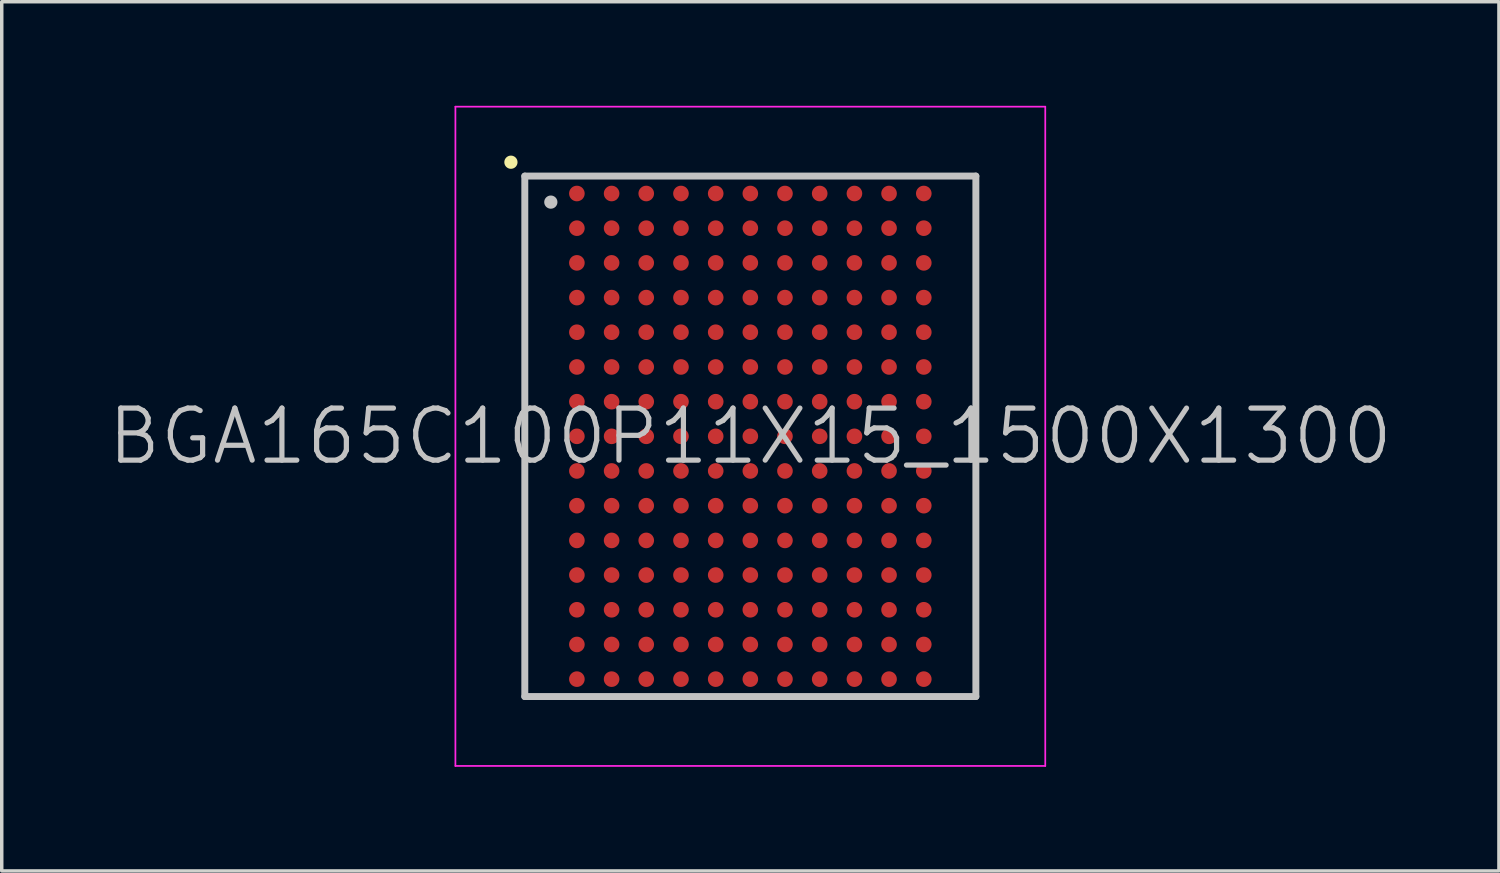
<source format=kicad_pcb>
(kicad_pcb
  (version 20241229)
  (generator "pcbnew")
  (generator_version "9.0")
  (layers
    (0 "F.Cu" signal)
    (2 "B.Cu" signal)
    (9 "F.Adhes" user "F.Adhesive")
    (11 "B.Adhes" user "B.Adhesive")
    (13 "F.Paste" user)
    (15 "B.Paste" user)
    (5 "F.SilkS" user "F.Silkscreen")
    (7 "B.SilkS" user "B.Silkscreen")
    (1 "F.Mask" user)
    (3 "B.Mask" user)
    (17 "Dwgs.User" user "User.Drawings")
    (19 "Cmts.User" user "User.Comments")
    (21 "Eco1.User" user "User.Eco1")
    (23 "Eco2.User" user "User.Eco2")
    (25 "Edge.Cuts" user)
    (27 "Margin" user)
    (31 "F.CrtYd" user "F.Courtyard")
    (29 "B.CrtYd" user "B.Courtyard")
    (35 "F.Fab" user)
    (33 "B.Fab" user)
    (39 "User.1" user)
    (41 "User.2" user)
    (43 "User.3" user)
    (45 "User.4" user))
  (footprint "BGA165C100P11X15_1500X1300"
    (layer "F.Cu")
    (at 18.575 9.525)
    (property "Reference" "BGA165C100P11X15_1500X1300" (at 0 0 0) (layer "Dwgs.User") (effects (font (size 1.5 1.5) (thickness 0.15))))
    (attr smd)
    (fp_line (start -6.9 -7.9) (end -6.9 -7.9) (stroke (width 0.381) (type solid)) (layer "F.SilkS"))
    (fp_line (start -6.5 -7.5) (end -6.5 7.5) (stroke (width 0.2) (type solid)) (layer "Dwgs.User"))
    (fp_line (start -6.5 -7.5) (end 6.5 -7.5) (stroke (width 0.2) (type solid)) (layer "Dwgs.User"))
    (fp_line (start -6.5 7.5) (end 6.5 7.5) (stroke (width 0.2) (type solid)) (layer "Dwgs.User"))
    (fp_line (start -5.75 -6.75) (end -5.75 -6.75) (stroke (width 0.381) (type solid)) (layer "Dwgs.User"))
    (fp_line (start 6.5 -7.5) (end 6.5 7.5) (stroke (width 0.2) (type solid)) (layer "Dwgs.User"))
    (fp_line (start -8.5 -9.5) (end -8.5 9.5) (stroke (width 0.05) (type solid)) (layer "F.CrtYd"))
    (fp_line (start -8.5 -9.5) (end 8.5 -9.5) (stroke (width 0.05) (type solid)) (layer "F.CrtYd"))
    (fp_line (start -8.5 9.5) (end 8.5 9.5) (stroke (width 0.05) (type solid)) (layer "F.CrtYd"))
    (fp_line (start 8.5 -9.5) (end 8.5 9.5) (stroke (width 0.05) (type solid)) (layer "F.CrtYd"))
    (pad "A1" smd circle (at -4.999 -6.998 270) (size 0.45 0.45) (layers "F.Cu" "F.Mask" "F.Paste"))
    (pad "A2" smd circle (at -3.998 -6.998 270) (size 0.45 0.45) (layers "F.Cu" "F.Mask" "F.Paste"))
    (pad "A3" smd circle (at -3 -6.998 270) (size 0.45 0.45) (layers "F.Cu" "F.Mask" "F.Paste"))
    (pad "A4" smd circle (at -1.999 -6.998 270) (size 0.45 0.45) (layers "F.Cu" "F.Mask" "F.Paste"))
    (pad "A5" smd circle (at -0.998 -6.998 270) (size 0.45 0.45) (layers "F.Cu" "F.Mask" "F.Paste"))
    (pad "A6" smd circle (at 0 -6.998 270) (size 0.45 0.45) (layers "F.Cu" "F.Mask" "F.Paste"))
    (pad "A7" smd circle (at 0.998 -6.998 270) (size 0.45 0.45) (layers "F.Cu" "F.Mask" "F.Paste"))
    (pad "A8" smd circle (at 1.999 -6.998 270) (size 0.45 0.45) (layers "F.Cu" "F.Mask" "F.Paste"))
    (pad "A9" smd circle (at 3 -6.998 270) (size 0.45 0.45) (layers "F.Cu" "F.Mask" "F.Paste"))
    (pad "A10" smd circle (at 3.998 -6.998 270) (size 0.45 0.45) (layers "F.Cu" "F.Mask" "F.Paste"))
    (pad "A11" smd circle (at 4.999 -6.998 270) (size 0.45 0.45) (layers "F.Cu" "F.Mask" "F.Paste"))
    (pad "B1" smd circle (at -4.999 -5.999 270) (size 0.45 0.45) (layers "F.Cu" "F.Mask" "F.Paste"))
    (pad "B2" smd circle (at -3.998 -5.999 270) (size 0.45 0.45) (layers "F.Cu" "F.Mask" "F.Paste"))
    (pad "B3" smd circle (at -3 -5.999 270) (size 0.45 0.45) (layers "F.Cu" "F.Mask" "F.Paste"))
    (pad "B4" smd circle (at -1.999 -5.999 270) (size 0.45 0.45) (layers "F.Cu" "F.Mask" "F.Paste"))
    (pad "B5" smd circle (at -0.998 -5.999 270) (size 0.45 0.45) (layers "F.Cu" "F.Mask" "F.Paste"))
    (pad "B6" smd circle (at 0 -5.999 270) (size 0.45 0.45) (layers "F.Cu" "F.Mask" "F.Paste"))
    (pad "B7" smd circle (at 0.998 -5.999 270) (size 0.45 0.45) (layers "F.Cu" "F.Mask" "F.Paste"))
    (pad "B8" smd circle (at 1.999 -5.999 270) (size 0.45 0.45) (layers "F.Cu" "F.Mask" "F.Paste"))
    (pad "B9" smd circle (at 3 -5.999 270) (size 0.45 0.45) (layers "F.Cu" "F.Mask" "F.Paste"))
    (pad "B10" smd circle (at 3.998 -5.999 270) (size 0.45 0.45) (layers "F.Cu" "F.Mask" "F.Paste"))
    (pad "B11" smd circle (at 4.999 -5.999 270) (size 0.45 0.45) (layers "F.Cu" "F.Mask" "F.Paste"))
    (pad "C1" smd circle (at -4.999 -4.999 270) (size 0.45 0.45) (layers "F.Cu" "F.Mask" "F.Paste"))
    (pad "C2" smd circle (at -3.998 -4.999 270) (size 0.45 0.45) (layers "F.Cu" "F.Mask" "F.Paste"))
    (pad "C3" smd circle (at -3 -4.999 270) (size 0.45 0.45) (layers "F.Cu" "F.Mask" "F.Paste"))
    (pad "C4" smd circle (at -1.999 -4.999 270) (size 0.45 0.45) (layers "F.Cu" "F.Mask" "F.Paste"))
    (pad "C5" smd circle (at -0.998 -4.999 270) (size 0.45 0.45) (layers "F.Cu" "F.Mask" "F.Paste"))
    (pad "C6" smd circle (at 0 -4.999 270) (size 0.45 0.45) (layers "F.Cu" "F.Mask" "F.Paste"))
    (pad "C7" smd circle (at 0.998 -4.999 270) (size 0.45 0.45) (layers "F.Cu" "F.Mask" "F.Paste"))
    (pad "C8" smd circle (at 1.999 -4.999 270) (size 0.45 0.45) (layers "F.Cu" "F.Mask" "F.Paste"))
    (pad "C9" smd circle (at 3 -4.999 270) (size 0.45 0.45) (layers "F.Cu" "F.Mask" "F.Paste"))
    (pad "C10" smd circle (at 3.998 -4.999 270) (size 0.45 0.45) (layers "F.Cu" "F.Mask" "F.Paste"))
    (pad "C11" smd circle (at 4.999 -4.999 270) (size 0.45 0.45) (layers "F.Cu" "F.Mask" "F.Paste"))
    (pad "D1" smd circle (at -4.999 -3.998 270) (size 0.45 0.45) (layers "F.Cu" "F.Mask" "F.Paste"))
    (pad "D2" smd circle (at -3.998 -3.998 270) (size 0.45 0.45) (layers "F.Cu" "F.Mask" "F.Paste"))
    (pad "D3" smd circle (at -3 -3.998 270) (size 0.45 0.45) (layers "F.Cu" "F.Mask" "F.Paste"))
    (pad "D4" smd circle (at -1.999 -3.998 270) (size 0.45 0.45) (layers "F.Cu" "F.Mask" "F.Paste"))
    (pad "D5" smd circle (at -0.998 -3.998 270) (size 0.45 0.45) (layers "F.Cu" "F.Mask" "F.Paste"))
    (pad "D6" smd circle (at 0 -3.998 270) (size 0.45 0.45) (layers "F.Cu" "F.Mask" "F.Paste"))
    (pad "D7" smd circle (at 0.998 -3.998 270) (size 0.45 0.45) (layers "F.Cu" "F.Mask" "F.Paste"))
    (pad "D8" smd circle (at 1.999 -3.998 270) (size 0.45 0.45) (layers "F.Cu" "F.Mask" "F.Paste"))
    (pad "D9" smd circle (at 3 -3.998 270) (size 0.45 0.45) (layers "F.Cu" "F.Mask" "F.Paste"))
    (pad "D10" smd circle (at 3.998 -3.998 270) (size 0.45 0.45) (layers "F.Cu" "F.Mask" "F.Paste"))
    (pad "D11" smd circle (at 4.999 -3.998 270) (size 0.45 0.45) (layers "F.Cu" "F.Mask" "F.Paste"))
    (pad "E1" smd circle (at -4.999 -3 270) (size 0.45 0.45) (layers "F.Cu" "F.Mask" "F.Paste"))
    (pad "E2" smd circle (at -3.998 -3 270) (size 0.45 0.45) (layers "F.Cu" "F.Mask" "F.Paste"))
    (pad "E3" smd circle (at -3 -3 270) (size 0.45 0.45) (layers "F.Cu" "F.Mask" "F.Paste"))
    (pad "E4" smd circle (at -1.999 -3 270) (size 0.45 0.45) (layers "F.Cu" "F.Mask" "F.Paste"))
    (pad "E5" smd circle (at -0.998 -3 270) (size 0.45 0.45) (layers "F.Cu" "F.Mask" "F.Paste"))
    (pad "E6" smd circle (at 0 -3 270) (size 0.45 0.45) (layers "F.Cu" "F.Mask" "F.Paste"))
    (pad "E7" smd circle (at 0.998 -3 270) (size 0.45 0.45) (layers "F.Cu" "F.Mask" "F.Paste"))
    (pad "E8" smd circle (at 1.999 -3 270) (size 0.45 0.45) (layers "F.Cu" "F.Mask" "F.Paste"))
    (pad "E9" smd circle (at 3 -3 270) (size 0.45 0.45) (layers "F.Cu" "F.Mask" "F.Paste"))
    (pad "E10" smd circle (at 3.998 -3 270) (size 0.45 0.45) (layers "F.Cu" "F.Mask" "F.Paste"))
    (pad "E11" smd circle (at 4.999 -3 270) (size 0.45 0.45) (layers "F.Cu" "F.Mask" "F.Paste"))
    (pad "F1" smd circle (at -4.999 -1.999 270) (size 0.45 0.45) (layers "F.Cu" "F.Mask" "F.Paste"))
    (pad "F2" smd circle (at -3.998 -1.999 270) (size 0.45 0.45) (layers "F.Cu" "F.Mask" "F.Paste"))
    (pad "F3" smd circle (at -3 -1.999 270) (size 0.45 0.45) (layers "F.Cu" "F.Mask" "F.Paste"))
    (pad "F4" smd circle (at -1.999 -1.999 270) (size 0.45 0.45) (layers "F.Cu" "F.Mask" "F.Paste"))
    (pad "F5" smd circle (at -0.998 -1.999 270) (size 0.45 0.45) (layers "F.Cu" "F.Mask" "F.Paste"))
    (pad "F6" smd circle (at 0 -1.999 270) (size 0.45 0.45) (layers "F.Cu" "F.Mask" "F.Paste"))
    (pad "F7" smd circle (at 0.998 -1.999 270) (size 0.45 0.45) (layers "F.Cu" "F.Mask" "F.Paste"))
    (pad "F8" smd circle (at 1.999 -1.999 270) (size 0.45 0.45) (layers "F.Cu" "F.Mask" "F.Paste"))
    (pad "F9" smd circle (at 3 -1.999 270) (size 0.45 0.45) (layers "F.Cu" "F.Mask" "F.Paste"))
    (pad "F10" smd circle (at 3.998 -1.999 270) (size 0.45 0.45) (layers "F.Cu" "F.Mask" "F.Paste"))
    (pad "F11" smd circle (at 4.999 -1.999 270) (size 0.45 0.45) (layers "F.Cu" "F.Mask" "F.Paste"))
    (pad "G1" smd circle (at -4.999 -0.998 270) (size 0.45 0.45) (layers "F.Cu" "F.Mask" "F.Paste"))
    (pad "G2" smd circle (at -3.998 -0.998 270) (size 0.45 0.45) (layers "F.Cu" "F.Mask" "F.Paste"))
    (pad "G3" smd circle (at -3 -0.998 270) (size 0.45 0.45) (layers "F.Cu" "F.Mask" "F.Paste"))
    (pad "G4" smd circle (at -1.999 -0.998 270) (size 0.45 0.45) (layers "F.Cu" "F.Mask" "F.Paste"))
    (pad "G5" smd circle (at -0.998 -0.998 270) (size 0.45 0.45) (layers "F.Cu" "F.Mask" "F.Paste"))
    (pad "G6" smd circle (at 0 -0.998 270) (size 0.45 0.45) (layers "F.Cu" "F.Mask" "F.Paste"))
    (pad "G7" smd circle (at 0.998 -0.998 270) (size 0.45 0.45) (layers "F.Cu" "F.Mask" "F.Paste"))
    (pad "G8" smd circle (at 1.999 -0.998 270) (size 0.45 0.45) (layers "F.Cu" "F.Mask" "F.Paste"))
    (pad "G9" smd circle (at 3 -0.998 270) (size 0.45 0.45) (layers "F.Cu" "F.Mask" "F.Paste"))
    (pad "G10" smd circle (at 3.998 -0.998 270) (size 0.45 0.45) (layers "F.Cu" "F.Mask" "F.Paste"))
    (pad "G11" smd circle (at 4.999 -0.998 270) (size 0.45 0.45) (layers "F.Cu" "F.Mask" "F.Paste"))
    (pad "H1" smd circle (at -4.999 0 270) (size 0.45 0.45) (layers "F.Cu" "F.Mask" "F.Paste"))
    (pad "H2" smd circle (at -3.998 0 270) (size 0.45 0.45) (layers "F.Cu" "F.Mask" "F.Paste"))
    (pad "H3" smd circle (at -3 0 270) (size 0.45 0.45) (layers "F.Cu" "F.Mask" "F.Paste"))
    (pad "H4" smd circle (at -1.999 0 270) (size 0.45 0.45) (layers "F.Cu" "F.Mask" "F.Paste"))
    (pad "H5" smd circle (at -0.998 0 270) (size 0.45 0.45) (layers "F.Cu" "F.Mask" "F.Paste"))
    (pad "H6" smd circle (at 0 0 270) (size 0.45 0.45) (layers "F.Cu" "F.Mask" "F.Paste"))
    (pad "H7" smd circle (at 0.998 0 270) (size 0.45 0.45) (layers "F.Cu" "F.Mask" "F.Paste"))
    (pad "H8" smd circle (at 1.999 0 270) (size 0.45 0.45) (layers "F.Cu" "F.Mask" "F.Paste"))
    (pad "H9" smd circle (at 3 0 270) (size 0.45 0.45) (layers "F.Cu" "F.Mask" "F.Paste"))
    (pad "H10" smd circle (at 3.998 0 270) (size 0.45 0.45) (layers "F.Cu" "F.Mask" "F.Paste"))
    (pad "H11" smd circle (at 4.999 0 270) (size 0.45 0.45) (layers "F.Cu" "F.Mask" "F.Paste"))
    (pad "J1" smd circle (at -4.999 0.998 270) (size 0.45 0.45) (layers "F.Cu" "F.Mask" "F.Paste"))
    (pad "J2" smd circle (at -3.998 0.998 270) (size 0.45 0.45) (layers "F.Cu" "F.Mask" "F.Paste"))
    (pad "J3" smd circle (at -3 0.998 270) (size 0.45 0.45) (layers "F.Cu" "F.Mask" "F.Paste"))
    (pad "J4" smd circle (at -1.999 0.998 270) (size 0.45 0.45) (layers "F.Cu" "F.Mask" "F.Paste"))
    (pad "J5" smd circle (at -0.998 0.998 270) (size 0.45 0.45) (layers "F.Cu" "F.Mask" "F.Paste"))
    (pad "J6" smd circle (at 0 0.998 270) (size 0.45 0.45) (layers "F.Cu" "F.Mask" "F.Paste"))
    (pad "J7" smd circle (at 0.998 0.998 270) (size 0.45 0.45) (layers "F.Cu" "F.Mask" "F.Paste"))
    (pad "J8" smd circle (at 1.999 0.998 270) (size 0.45 0.45) (layers "F.Cu" "F.Mask" "F.Paste"))
    (pad "J9" smd circle (at 3 0.998 270) (size 0.45 0.45) (layers "F.Cu" "F.Mask" "F.Paste"))
    (pad "J10" smd circle (at 3.998 0.998 270) (size 0.45 0.45) (layers "F.Cu" "F.Mask" "F.Paste"))
    (pad "J11" smd circle (at 4.999 0.998 270) (size 0.45 0.45) (layers "F.Cu" "F.Mask" "F.Paste"))
    (pad "K1" smd circle (at -4.999 1.999 270) (size 0.45 0.45) (layers "F.Cu" "F.Mask" "F.Paste"))
    (pad "K2" smd circle (at -3.998 1.999 270) (size 0.45 0.45) (layers "F.Cu" "F.Mask" "F.Paste"))
    (pad "K3" smd circle (at -3 1.999 270) (size 0.45 0.45) (layers "F.Cu" "F.Mask" "F.Paste"))
    (pad "K4" smd circle (at -1.999 1.999 270) (size 0.45 0.45) (layers "F.Cu" "F.Mask" "F.Paste"))
    (pad "K5" smd circle (at -0.998 1.999 270) (size 0.45 0.45) (layers "F.Cu" "F.Mask" "F.Paste"))
    (pad "K6" smd circle (at 0 1.999 270) (size 0.45 0.45) (layers "F.Cu" "F.Mask" "F.Paste"))
    (pad "K7" smd circle (at 0.998 1.999 270) (size 0.45 0.45) (layers "F.Cu" "F.Mask" "F.Paste"))
    (pad "K8" smd circle (at 1.999 1.999 270) (size 0.45 0.45) (layers "F.Cu" "F.Mask" "F.Paste"))
    (pad "K9" smd circle (at 3 1.999 270) (size 0.45 0.45) (layers "F.Cu" "F.Mask" "F.Paste"))
    (pad "K10" smd circle (at 3.998 1.999 270) (size 0.45 0.45) (layers "F.Cu" "F.Mask" "F.Paste"))
    (pad "K11" smd circle (at 4.999 1.999 270) (size 0.45 0.45) (layers "F.Cu" "F.Mask" "F.Paste"))
    (pad "L1" smd circle (at -4.999 3 270) (size 0.45 0.45) (layers "F.Cu" "F.Mask" "F.Paste"))
    (pad "L2" smd circle (at -3.998 3 270) (size 0.45 0.45) (layers "F.Cu" "F.Mask" "F.Paste"))
    (pad "L3" smd circle (at -3 3 270) (size 0.45 0.45) (layers "F.Cu" "F.Mask" "F.Paste"))
    (pad "L4" smd circle (at -1.999 3 270) (size 0.45 0.45) (layers "F.Cu" "F.Mask" "F.Paste"))
    (pad "L5" smd circle (at -0.998 3 270) (size 0.45 0.45) (layers "F.Cu" "F.Mask" "F.Paste"))
    (pad "L6" smd circle (at 0 3 270) (size 0.45 0.45) (layers "F.Cu" "F.Mask" "F.Paste"))
    (pad "L7" smd circle (at 0.998 3 270) (size 0.45 0.45) (layers "F.Cu" "F.Mask" "F.Paste"))
    (pad "L8" smd circle (at 1.999 3 270) (size 0.45 0.45) (layers "F.Cu" "F.Mask" "F.Paste"))
    (pad "L9" smd circle (at 3 3 270) (size 0.45 0.45) (layers "F.Cu" "F.Mask" "F.Paste"))
    (pad "L10" smd circle (at 3.998 3 270) (size 0.45 0.45) (layers "F.Cu" "F.Mask" "F.Paste"))
    (pad "L11" smd circle (at 4.999 3 270) (size 0.45 0.45) (layers "F.Cu" "F.Mask" "F.Paste"))
    (pad "M1" smd circle (at -4.999 3.998 270) (size 0.45 0.45) (layers "F.Cu" "F.Mask" "F.Paste"))
    (pad "M2" smd circle (at -3.998 3.998 270) (size 0.45 0.45) (layers "F.Cu" "F.Mask" "F.Paste"))
    (pad "M3" smd circle (at -3 3.998 270) (size 0.45 0.45) (layers "F.Cu" "F.Mask" "F.Paste"))
    (pad "M4" smd circle (at -1.999 3.998 270) (size 0.45 0.45) (layers "F.Cu" "F.Mask" "F.Paste"))
    (pad "M5" smd circle (at -0.998 3.998 270) (size 0.45 0.45) (layers "F.Cu" "F.Mask" "F.Paste"))
    (pad "M6" smd circle (at 0 3.998 270) (size 0.45 0.45) (layers "F.Cu" "F.Mask" "F.Paste"))
    (pad "M7" smd circle (at 0.998 3.998 270) (size 0.45 0.45) (layers "F.Cu" "F.Mask" "F.Paste"))
    (pad "M8" smd circle (at 1.999 3.998 270) (size 0.45 0.45) (layers "F.Cu" "F.Mask" "F.Paste"))
    (pad "M9" smd circle (at 3 3.998 270) (size 0.45 0.45) (layers "F.Cu" "F.Mask" "F.Paste"))
    (pad "M10" smd circle (at 3.998 3.998 270) (size 0.45 0.45) (layers "F.Cu" "F.Mask" "F.Paste"))
    (pad "M11" smd circle (at 4.999 3.998 270) (size 0.45 0.45) (layers "F.Cu" "F.Mask" "F.Paste"))
    (pad "N1" smd circle (at -4.999 4.999 270) (size 0.45 0.45) (layers "F.Cu" "F.Mask" "F.Paste"))
    (pad "N2" smd circle (at -3.998 4.999 270) (size 0.45 0.45) (layers "F.Cu" "F.Mask" "F.Paste"))
    (pad "N3" smd circle (at -3 4.999 270) (size 0.45 0.45) (layers "F.Cu" "F.Mask" "F.Paste"))
    (pad "N4" smd circle (at -1.999 4.999 270) (size 0.45 0.45) (layers "F.Cu" "F.Mask" "F.Paste"))
    (pad "N5" smd circle (at -0.998 4.999 270) (size 0.45 0.45) (layers "F.Cu" "F.Mask" "F.Paste"))
    (pad "N6" smd circle (at 0 4.999 270) (size 0.45 0.45) (layers "F.Cu" "F.Mask" "F.Paste"))
    (pad "N7" smd circle (at 0.998 4.999 270) (size 0.45 0.45) (layers "F.Cu" "F.Mask" "F.Paste"))
    (pad "N8" smd circle (at 1.999 4.999 270) (size 0.45 0.45) (layers "F.Cu" "F.Mask" "F.Paste"))
    (pad "N9" smd circle (at 3 4.999 270) (size 0.45 0.45) (layers "F.Cu" "F.Mask" "F.Paste"))
    (pad "N10" smd circle (at 3.998 4.999 270) (size 0.45 0.45) (layers "F.Cu" "F.Mask" "F.Paste"))
    (pad "N11" smd circle (at 4.999 4.999 270) (size 0.45 0.45) (layers "F.Cu" "F.Mask" "F.Paste"))
    (pad "P1" smd circle (at -4.999 5.999 270) (size 0.45 0.45) (layers "F.Cu" "F.Mask" "F.Paste"))
    (pad "P2" smd circle (at -3.998 5.999 270) (size 0.45 0.45) (layers "F.Cu" "F.Mask" "F.Paste"))
    (pad "P3" smd circle (at -3 5.999 270) (size 0.45 0.45) (layers "F.Cu" "F.Mask" "F.Paste"))
    (pad "P4" smd circle (at -1.999 5.999 270) (size 0.45 0.45) (layers "F.Cu" "F.Mask" "F.Paste"))
    (pad "P5" smd circle (at -0.998 5.999 270) (size 0.45 0.45) (layers "F.Cu" "F.Mask" "F.Paste"))
    (pad "P6" smd circle (at 0 5.999 270) (size 0.45 0.45) (layers "F.Cu" "F.Mask" "F.Paste"))
    (pad "P7" smd circle (at 0.998 5.999 270) (size 0.45 0.45) (layers "F.Cu" "F.Mask" "F.Paste"))
    (pad "P8" smd circle (at 1.999 5.999 270) (size 0.45 0.45) (layers "F.Cu" "F.Mask" "F.Paste"))
    (pad "P9" smd circle (at 3 5.999 270) (size 0.45 0.45) (layers "F.Cu" "F.Mask" "F.Paste"))
    (pad "P10" smd circle (at 3.998 5.999 270) (size 0.45 0.45) (layers "F.Cu" "F.Mask" "F.Paste"))
    (pad "P11" smd circle (at 4.999 5.999 270) (size 0.45 0.45) (layers "F.Cu" "F.Mask" "F.Paste"))
    (pad "R1" smd circle (at -4.999 6.998 270) (size 0.45 0.45) (layers "F.Cu" "F.Mask" "F.Paste"))
    (pad "R2" smd circle (at -3.998 6.998 270) (size 0.45 0.45) (layers "F.Cu" "F.Mask" "F.Paste"))
    (pad "R3" smd circle (at -3 6.998 270) (size 0.45 0.45) (layers "F.Cu" "F.Mask" "F.Paste"))
    (pad "R4" smd circle (at -1.999 6.998 270) (size 0.45 0.45) (layers "F.Cu" "F.Mask" "F.Paste"))
    (pad "R5" smd circle (at -0.998 6.998 270) (size 0.45 0.45) (layers "F.Cu" "F.Mask" "F.Paste"))
    (pad "R6" smd circle (at 0 6.998 270) (size 0.45 0.45) (layers "F.Cu" "F.Mask" "F.Paste"))
    (pad "R7" smd circle (at 0.998 6.998 270) (size 0.45 0.45) (layers "F.Cu" "F.Mask" "F.Paste"))
    (pad "R8" smd circle (at 1.999 6.998 270) (size 0.45 0.45) (layers "F.Cu" "F.Mask" "F.Paste"))
    (pad "R9" smd circle (at 3 6.998 270) (size 0.45 0.45) (layers "F.Cu" "F.Mask" "F.Paste"))
    (pad "R10" smd circle (at 3.998 6.998 270) (size 0.45 0.45) (layers "F.Cu" "F.Mask" "F.Paste"))
    (pad "R11" smd circle (at 4.999 6.998 270) (size 0.45 0.45) (layers "F.Cu" "F.Mask" "F.Paste")))
  (gr_rect
    (start -3 -3)
    (end 40.15 22.05)
    (stroke (width 0.1) (type default))
    (fill no)
    (layer "Edge.Cuts")))
</source>
